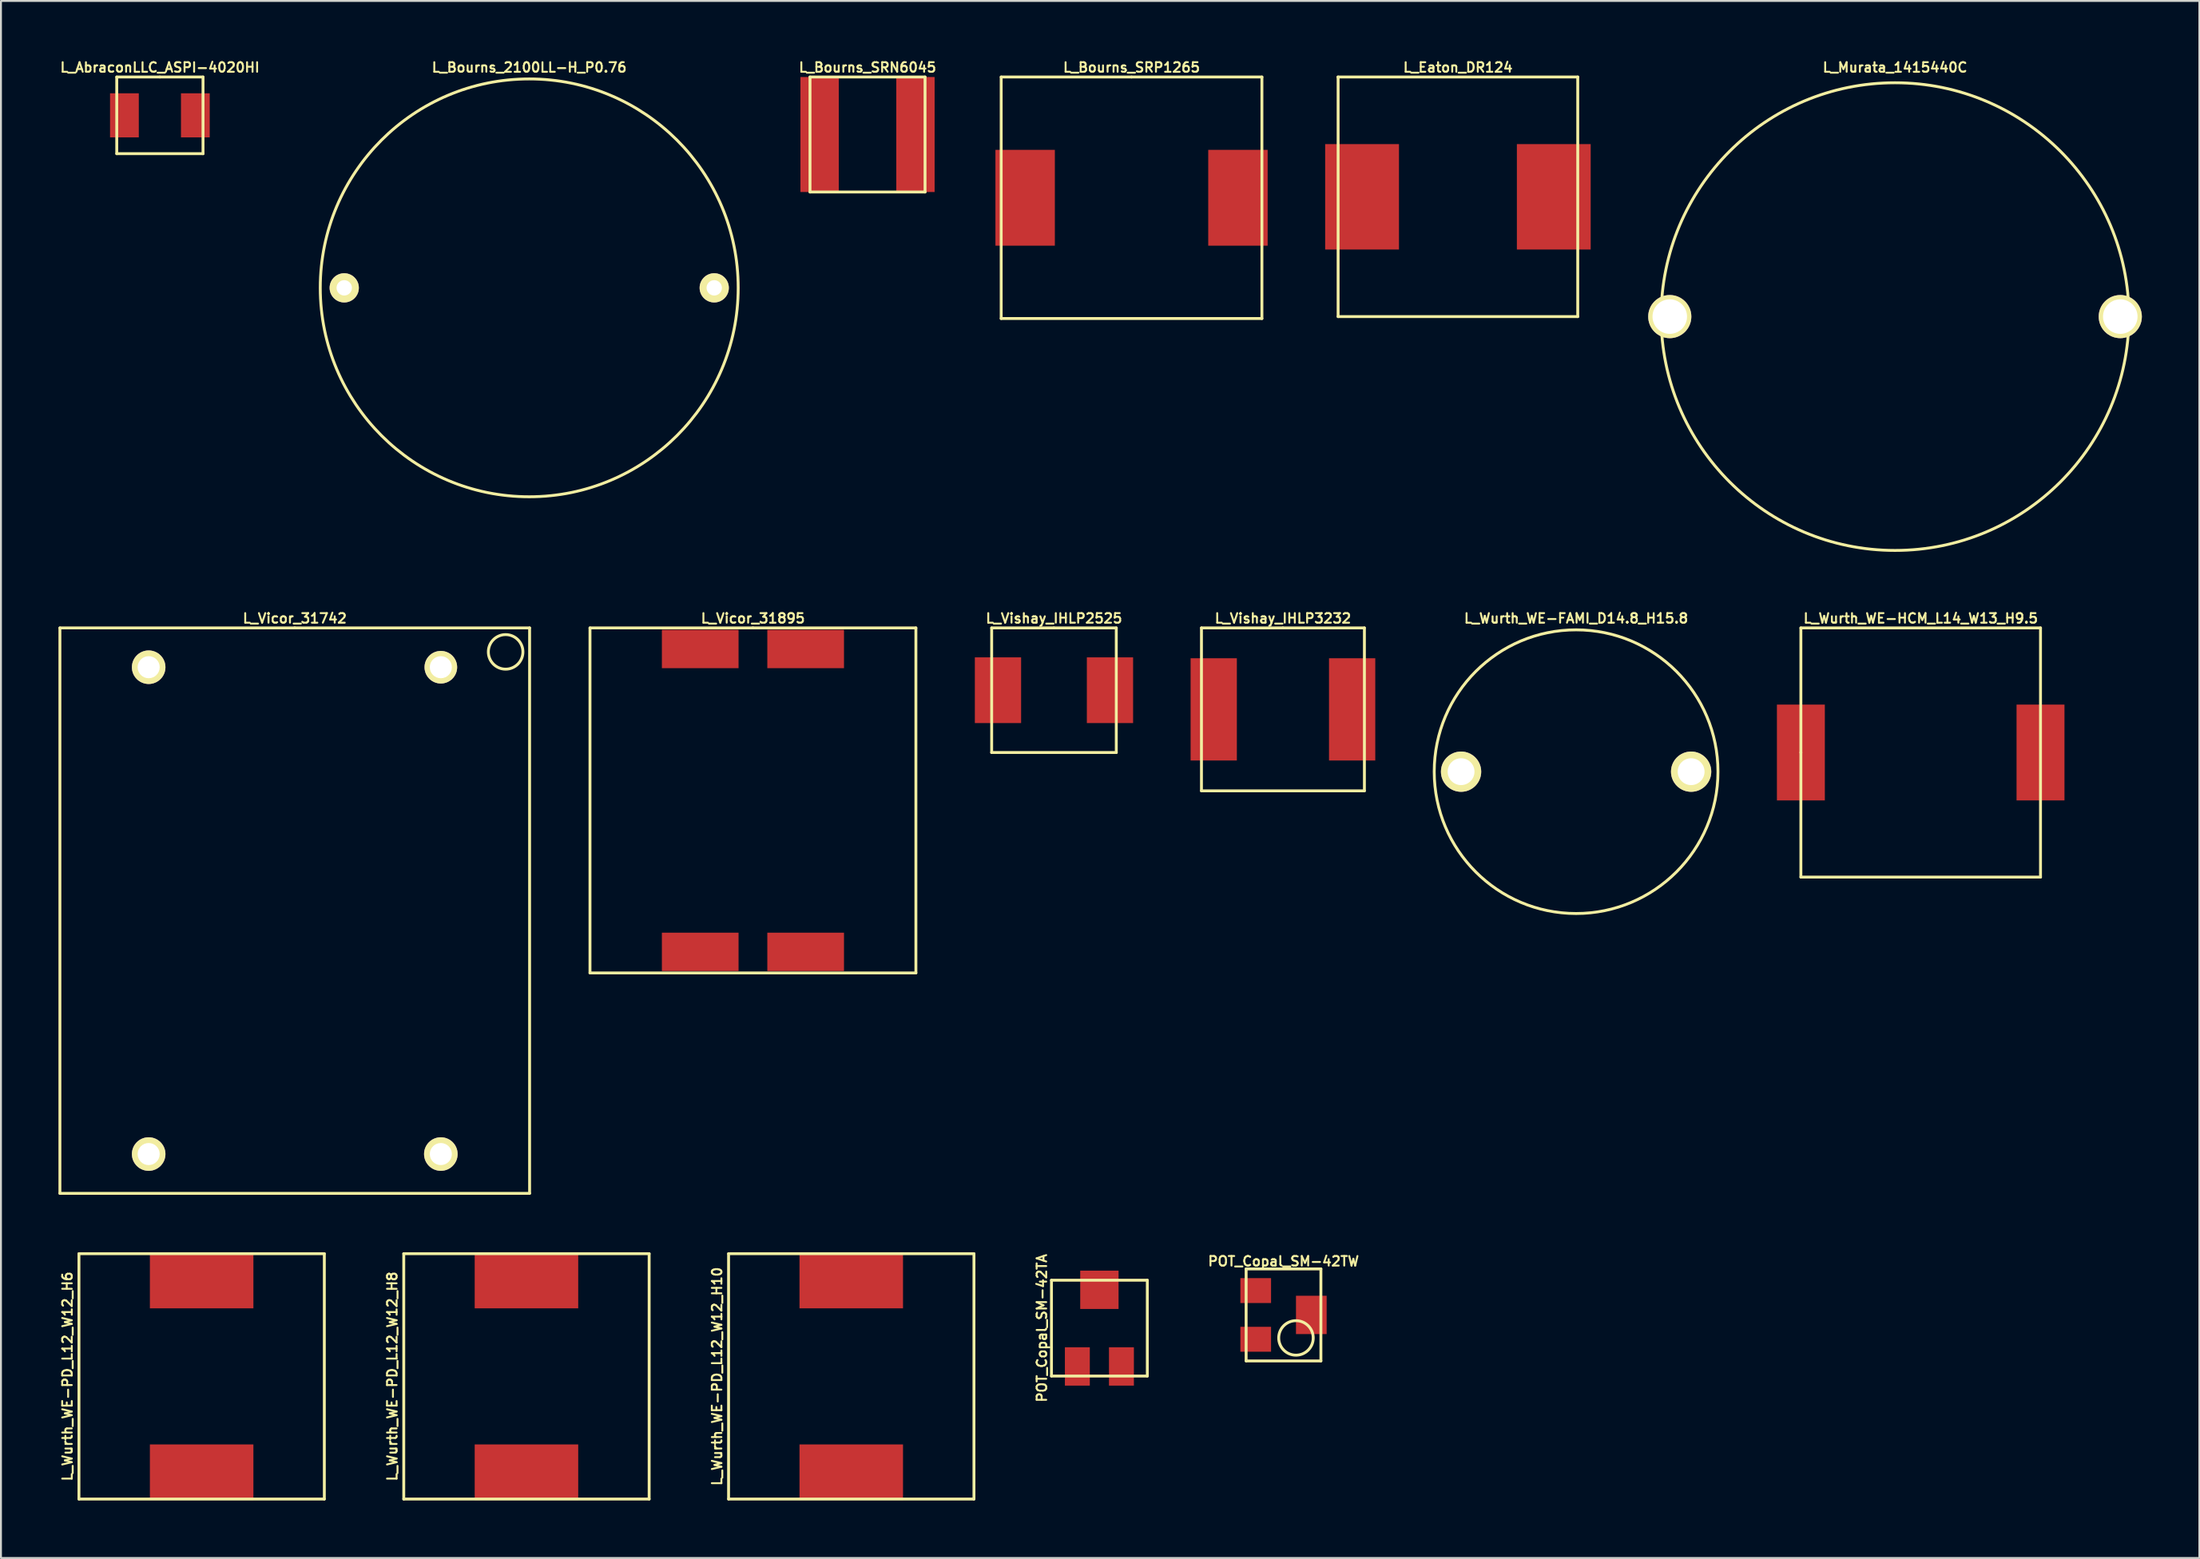
<source format=kicad_pcb>
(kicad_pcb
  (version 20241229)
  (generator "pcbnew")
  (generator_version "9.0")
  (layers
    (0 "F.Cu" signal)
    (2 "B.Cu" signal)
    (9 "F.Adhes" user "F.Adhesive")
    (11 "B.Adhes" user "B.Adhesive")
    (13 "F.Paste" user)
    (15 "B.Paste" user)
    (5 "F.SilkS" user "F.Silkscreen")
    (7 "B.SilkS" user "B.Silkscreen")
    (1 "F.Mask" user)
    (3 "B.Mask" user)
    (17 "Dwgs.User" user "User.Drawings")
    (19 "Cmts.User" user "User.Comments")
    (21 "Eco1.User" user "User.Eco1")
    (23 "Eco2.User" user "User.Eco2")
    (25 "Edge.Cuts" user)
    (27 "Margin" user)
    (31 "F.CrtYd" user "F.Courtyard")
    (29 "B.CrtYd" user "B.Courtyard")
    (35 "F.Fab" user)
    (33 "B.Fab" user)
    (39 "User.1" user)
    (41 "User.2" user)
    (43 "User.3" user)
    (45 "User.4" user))
  (footprint "L_Murata_1415440C"
    (layer "F.Cu")
    (at 95.799 13.468)
    (property "Reference" "L_Murata_1415440C" (at 0 -13 0) (layer "F.SilkS") (effects (font (size 0.5 0.5) (thickness 0.1))))
    (attr through_hole)
    (fp_circle (center 0 0) (end 0 12.2) (stroke (width 0.15) (type solid)) (fill no) (layer "F.SilkS"))
    (pad "1" thru_hole circle (at -11.75 0) (size 2.25 2.25) (drill 1.8) (layers "*.Cu" "*.Mask" "F.SilkS"))
    (pad "2" thru_hole circle (at 11.75 0) (size 2.25 2.25) (drill 1.8) (layers "*.Cu" "*.Mask" "F.SilkS")))
  (footprint "L_Wurth_WE-PD_L12_W12_H8"
    (layer "F.Cu")
    (at 24.411 68.761)
    (property "Reference" "L_Wurth_WE-PD_L12_W12_H8" (at -7 0 90) (layer "F.SilkS") (effects (font (size 0.5 0.5) (thickness 0.1))))
    (attr through_hole)
    (fp_line (start -6.4 -6.4) (end 6.4 -6.4) (stroke (width 0.15) (type solid)) (layer "F.SilkS"))
    (fp_line (start -6.4 6.4) (end -6.4 -6.4) (stroke (width 0.15) (type solid)) (layer "F.SilkS"))
    (fp_line (start 6.4 -6.4) (end 6.4 6.4) (stroke (width 0.15) (type solid)) (layer "F.SilkS"))
    (fp_line (start 6.4 6.4) (end -6.4 6.4) (stroke (width 0.15) (type solid)) (layer "F.SilkS"))
    (pad "1" smd rect (at 0 5) (size 5.4 2.9) (layers "F.Cu" "F.Mask" "F.Paste"))
    (pad "2" smd rect (at 0 -5) (size 5.4 2.9) (layers "F.Cu" "F.Mask" "F.Paste")))
  (footprint "L_Vishay_IHLP2525"
    (layer "F.Cu")
    (at 51.928 32.961)
    (property "Reference" "L_Vishay_IHLP2525" (at 0 -3.75 0) (layer "F.SilkS") (effects (font (size 0.5 0.5) (thickness 0.1))))
    (attr through_hole)
    (fp_line (start -3.25 -3.25) (end 0 -3.25) (stroke (width 0.15) (type solid)) (layer "F.SilkS"))
    (fp_line (start -3.25 3.25) (end -3.25 -3.25) (stroke (width 0.15) (type solid)) (layer "F.SilkS"))
    (fp_line (start 0 -3.25) (end 3.25 -3.25) (stroke (width 0.15) (type solid)) (layer "F.SilkS"))
    (fp_line (start 3.25 -3.25) (end 3.25 3.25) (stroke (width 0.15) (type solid)) (layer "F.SilkS"))
    (fp_line (start 3.25 3.25) (end -3.25 3.25) (stroke (width 0.15) (type solid)) (layer "F.SilkS"))
    (pad "1" smd rect (at -2.921 0) (size 2.413 3.429) (layers "F.Cu" "F.Mask" "F.Paste"))
    (pad "2" smd rect (at 2.921 0) (size 2.413 3.429) (layers "F.Cu" "F.Mask" "F.Paste")))
  (footprint "L_Vicor_31895"
    (layer "F.Cu")
    (at 36.225 38.711)
    (property "Reference" "L_Vicor_31895" (at 0 -9.5 0) (layer "F.SilkS") (effects (font (size 0.5 0.5) (thickness 0.1))))
    (attr through_hole)
    (fp_line (start -8.5 -9) (end 0 -9) (stroke (width 0.15) (type solid)) (layer "F.SilkS"))
    (fp_line (start -8.5 9) (end -8.5 -9) (stroke (width 0.15) (type solid)) (layer "F.SilkS"))
    (fp_line (start 0 -9) (end 8.5 -9) (stroke (width 0.15) (type solid)) (layer "F.SilkS"))
    (fp_line (start 8.5 -9) (end 8.5 9) (stroke (width 0.15) (type solid)) (layer "F.SilkS"))
    (fp_line (start 8.5 9) (end -8.5 9) (stroke (width 0.15) (type solid)) (layer "F.SilkS"))
    (pad "1" smd rect (at -2.75 -7.9) (size 4 2) (layers "F.Cu" "F.Mask" "F.Paste"))
    (pad "2" smd rect (at -2.75 7.9) (size 4 2) (layers "F.Cu" "F.Mask" "F.Paste"))
    (pad "3" smd rect (at 2.75 -7.9) (size 4 2) (layers "F.Cu" "F.Mask" "F.Paste"))
    (pad "4" smd rect (at 2.75 7.9) (size 4 2) (layers "F.Cu" "F.Mask" "F.Paste")))
  (footprint "L_Vishay_IHLP3232"
    (layer "F.Cu")
    (at 63.871 33.961)
    (property "Reference" "L_Vishay_IHLP3232" (at 0 -4.75 0) (layer "F.SilkS") (effects (font (size 0.5 0.5) (thickness 0.1))))
    (attr through_hole)
    (fp_line (start -4.25 -4.25) (end 0 -4.25) (stroke (width 0.15) (type solid)) (layer "F.SilkS"))
    (fp_line (start -4.25 4.25) (end -4.25 -4.25) (stroke (width 0.15) (type solid)) (layer "F.SilkS"))
    (fp_line (start 0 -4.25) (end 4.25 -4.25) (stroke (width 0.15) (type solid)) (layer "F.SilkS"))
    (fp_line (start 4.25 -4.25) (end 4.25 4.25) (stroke (width 0.15) (type solid)) (layer "F.SilkS"))
    (fp_line (start 4.25 4.25) (end -4.25 4.25) (stroke (width 0.15) (type solid)) (layer "F.SilkS"))
    (pad "1" smd rect (at -3.61 0) (size 2.413 5.334) (layers "F.Cu" "F.Mask" "F.Paste"))
    (pad "2" smd rect (at 3.61 0) (size 2.413 5.334) (layers "F.Cu" "F.Mask" "F.Paste")))
  (footprint "L_Eaton_DR124"
    (layer "F.Cu")
    (at 72.999 7.218)
    (property "Reference" "L_Eaton_DR124" (at 0 -6.75 180) (layer "F.SilkS") (effects (font (size 0.5 0.5) (thickness 0.1))))
    (attr through_hole)
    (fp_line (start -6.26 -6.25) (end 6.25 -6.25) (stroke (width 0.15) (type solid)) (layer "F.SilkS"))
    (fp_line (start -6.25 -6.25) (end -6.25 6.25) (stroke (width 0.15) (type solid)) (layer "F.SilkS"))
    (fp_line (start -6.25 6.25) (end 6.25 6.25) (stroke (width 0.15) (type solid)) (layer "F.SilkS"))
    (fp_line (start 6.25 -6.25) (end 6.25 6.25) (stroke (width 0.15) (type solid)) (layer "F.SilkS"))
    (pad "1" smd rect (at -5 0) (size 3.85 5.5) (layers "F.Cu" "F.Mask" "F.Paste"))
    (pad "2" smd rect (at 5 0) (size 3.85 5.5) (layers "F.Cu" "F.Mask" "F.Paste")))
  (footprint "L_Bourns_SRP1265"
    (layer "F.Cu")
    (at 55.974 7.268)
    (property "Reference" "L_Bourns_SRP1265" (at 0 -6.8 0) (layer "F.SilkS") (effects (font (size 0.5 0.5) (thickness 0.1))))
    (attr through_hole)
    (fp_line (start -6.8 -6.3) (end 0 -6.3) (stroke (width 0.15) (type solid)) (layer "F.SilkS"))
    (fp_line (start -6.8 6.3) (end -6.8 -6.3) (stroke (width 0.15) (type solid)) (layer "F.SilkS"))
    (fp_line (start 0 -6.3) (end 6.8 -6.3) (stroke (width 0.15) (type solid)) (layer "F.SilkS"))
    (fp_line (start 6.8 -6.3) (end 6.8 6.3) (stroke (width 0.15) (type solid)) (layer "F.SilkS"))
    (fp_line (start 6.8 6.3) (end -6.8 6.3) (stroke (width 0.15) (type solid)) (layer "F.SilkS"))
    (pad "1" smd rect (at -5.55 0) (size 3.1 5) (layers "F.Cu" "F.Mask" "F.Paste"))
    (pad "2" smd rect (at 5.55 0) (size 3.1 5) (layers "F.Cu" "F.Mask" "F.Paste")))
  (footprint "L_Wurth_WE-PD_L12_W12_H6"
    (layer "F.Cu")
    (at 7.468 68.761)
    (property "Reference" "L_Wurth_WE-PD_L12_W12_H6" (at -7 0 90) (layer "F.SilkS") (effects (font (size 0.5 0.5) (thickness 0.1))))
    (attr through_hole)
    (fp_line (start -6.4 -6.4) (end 6.4 -6.4) (stroke (width 0.15) (type solid)) (layer "F.SilkS"))
    (fp_line (start -6.4 6.4) (end -6.4 -6.4) (stroke (width 0.15) (type solid)) (layer "F.SilkS"))
    (fp_line (start 6.4 -6.4) (end 6.4 6.4) (stroke (width 0.15) (type solid)) (layer "F.SilkS"))
    (fp_line (start 6.4 6.4) (end -6.4 6.4) (stroke (width 0.15) (type solid)) (layer "F.SilkS"))
    (pad "1" smd rect (at 0 5) (size 5.4 2.9) (layers "F.Cu" "F.Mask" "F.Paste"))
    (pad "2" smd rect (at 0 -5) (size 5.4 2.9) (layers "F.Cu" "F.Mask" "F.Paste")))
  (footprint "L_Wurth_WE-HCM_L14_W13_H9.5"
    (layer "F.Cu")
    (at 97.138 36.211)
    (property "Reference" "L_Wurth_WE-HCM_L14_W13_H9.5" (at 0 -7 0) (layer "F.SilkS") (effects (font (size 0.5 0.5) (thickness 0.1))))
    (attr through_hole)
    (fp_line (start -6.25 -6.5) (end 6.25 -6.5) (stroke (width 0.15) (type solid)) (layer "F.SilkS"))
    (fp_line (start -6.25 0) (end -6.25 -6.5) (stroke (width 0.15) (type solid)) (layer "F.SilkS"))
    (fp_line (start -6.25 6.5) (end -6.25 0) (stroke (width 0.15) (type solid)) (layer "F.SilkS"))
    (fp_line (start 6.25 -6.5) (end 6.25 6.5) (stroke (width 0.15) (type solid)) (layer "F.SilkS"))
    (fp_line (start 6.25 6.5) (end -6.25 6.5) (stroke (width 0.15) (type solid)) (layer "F.SilkS"))
    (pad "1" smd rect (at -6.25 0) (size 2.5 5) (layers "F.Cu" "F.Mask" "F.Paste"))
    (pad "2" smd rect (at 6.25 0) (size 2.5 5) (layers "F.Cu" "F.Mask" "F.Paste")))
  (footprint "L_Wurth_WE-FAMI_D14.8_H15.8"
    (layer "F.Cu")
    (at 79.163 37.211)
    (property "Reference" "L_Wurth_WE-FAMI_D14.8_H15.8" (at 0 -8 0) (layer "F.SilkS") (effects (font (size 0.5 0.5) (thickness 0.1))))
    (attr through_hole)
    (fp_circle (center 0 0) (end 7.4 0) (stroke (width 0.15) (type solid)) (fill no) (layer "F.SilkS"))
    (pad "1" thru_hole circle (at -6 0) (size 2.1 2.1) (drill 1.4) (layers "*.Cu" "*.Mask" "F.SilkS"))
    (pad "2" thru_hole circle (at 6 0) (size 2.1 2.1) (drill 1.4) (layers "*.Cu" "*.Mask" "F.SilkS")))
  (footprint "L_Bourns_2100LL-H_P0.76"
    (layer "F.Cu")
    (at 24.556 11.968)
    (property "Reference" "L_Bourns_2100LL-H_P0.76" (at 0 -11.5 0) (layer "F.SilkS") (effects (font (size 0.5 0.5) (thickness 0.1))))
    (attr through_hole)
    (fp_circle (center 0 0) (end 10.9 0) (stroke (width 0.15) (type solid)) (fill no) (layer "F.SilkS"))
    (pad "1" thru_hole circle (at -9.65 0) (size 1.524 1.524) (drill 0.8) (layers "*.Cu" "*.Mask" "F.SilkS"))
    (pad "2" thru_hole circle (at 9.65 0) (size 1.524 1.524) (drill 0.8) (layers "*.Cu" "*.Mask" "F.SilkS")))
  (footprint "L_AbraconLLC_ASPI-4020HI"
    (layer "F.Cu")
    (at 5.29 2.968)
    (property "Reference" "L_AbraconLLC_ASPI-4020HI" (at 0 -2.5 0) (layer "F.SilkS") (effects (font (size 0.5 0.5) (thickness 0.1))))
    (attr through_hole)
    (fp_line (start -2.25 -2) (end 0 -2) (stroke (width 0.15) (type solid)) (layer "F.SilkS"))
    (fp_line (start -2.25 2) (end -2.25 -2) (stroke (width 0.15) (type solid)) (layer "F.SilkS"))
    (fp_line (start 0 -2) (end 2.25 -2) (stroke (width 0.15) (type solid)) (layer "F.SilkS"))
    (fp_line (start 2.25 -2) (end 2.25 2) (stroke (width 0.15) (type solid)) (layer "F.SilkS"))
    (fp_line (start 2.25 2) (end -2.25 2) (stroke (width 0.15) (type solid)) (layer "F.SilkS"))
    (pad "1" smd rect (at -1.85 0) (size 1.5 2.3) (layers "F.Cu" "F.Mask" "F.Paste"))
    (pad "2" smd rect (at 1.85 0) (size 1.5 2.3) (layers "F.Cu" "F.Mask" "F.Paste")))
  (footprint "L_Vicor_31742"
    (layer "F.Cu")
    (at 12.325 44.461)
    (property "Reference" "L_Vicor_31742" (at 0 -15.25 0) (layer "F.SilkS") (effects (font (size 0.5 0.5) (thickness 0.1))))
    (attr through_hole)
    (fp_line (start -12.25 -14.75) (end 0 -14.75) (stroke (width 0.15) (type solid)) (layer "F.SilkS"))
    (fp_line (start -12.25 14.75) (end -12.25 -14.75) (stroke (width 0.15) (type solid)) (layer "F.SilkS"))
    (fp_line (start 0 -14.75) (end 12.25 -14.75) (stroke (width 0.15) (type solid)) (layer "F.SilkS"))
    (fp_line (start 12.25 -14.75) (end 12.25 14.75) (stroke (width 0.15) (type solid)) (layer "F.SilkS"))
    (fp_line (start 12.25 14.75) (end -12.25 14.75) (stroke (width 0.15) (type solid)) (layer "F.SilkS"))
    (fp_circle (center 11 -13.5) (end 11.75 -14) (stroke (width 0.15) (type solid)) (fill no) (layer "F.SilkS"))
    (pad "1" thru_hole circle (at 7.62 -12.7) (size 1.7 1.7) (drill 1.15) (layers "*.Cu" "*.Mask" "F.SilkS"))
    (pad "2" thru_hole circle (at 7.62 12.7) (size 1.75 1.75) (drill 1.15) (layers "*.Cu" "*.Mask" "F.SilkS"))
    (pad "3" thru_hole circle (at -7.62 -12.7) (size 1.75 1.75) (drill 1.15) (layers "*.Cu" "*.Mask" "F.SilkS"))
    (pad "4" thru_hole circle (at -7.62 12.7) (size 1.75 1.75) (drill 1.15) (layers "*.Cu" "*.Mask" "F.SilkS")))
  (footprint "POT_Copal_SM-42TW"
    (layer "F.Cu")
    (at 63.901 65.554)
    (property "Reference" "POT_Copal_SM-42TW" (at 0 -2.8 0) (layer "F.SilkS") (effects (font (size 0.5 0.5) (thickness 0.1))))
    (attr through_hole)
    (fp_line (start -1.95 -2.4) (end -1.95 2.4) (stroke (width 0.15) (type solid)) (layer "F.SilkS"))
    (fp_line (start -1.95 -2.4) (end 1.95 -2.4) (stroke (width 0.15) (type solid)) (layer "F.SilkS"))
    (fp_line (start -1.95 2.4) (end 1.95 2.4) (stroke (width 0.15) (type solid)) (layer "F.SilkS"))
    (fp_line (start 1.95 -2.4) (end 1.95 2.4) (stroke (width 0.15) (type solid)) (layer "F.SilkS"))
    (fp_circle (center 0.65 1.2) (end 0.65 0.3) (stroke (width 0.15) (type solid)) (fill no) (layer "F.SilkS"))
    (pad "1" smd rect (at -1.45 -1.27 270) (size 1.3 1.6) (layers "F.Cu" "F.Mask" "F.Paste"))
    (pad "2" smd rect (at 1.45 0 270) (size 2 1.6) (layers "F.Cu" "F.Mask" "F.Paste"))
    (pad "3" smd rect (at -1.45 1.27 270) (size 1.3 1.6) (layers "F.Cu" "F.Mask" "F.Paste")))
  (footprint "L_Wurth_WE-PD_L12_W12_H10"
    (layer "F.Cu")
    (at 41.354 68.761)
    (property "Reference" "L_Wurth_WE-PD_L12_W12_H10" (at -7 0 90) (layer "F.SilkS") (effects (font (size 0.5 0.5) (thickness 0.1))))
    (attr through_hole)
    (fp_line (start -6.4 -6.4) (end 6.4 -6.4) (stroke (width 0.15) (type solid)) (layer "F.SilkS"))
    (fp_line (start -6.4 6.4) (end -6.4 -6.4) (stroke (width 0.15) (type solid)) (layer "F.SilkS"))
    (fp_line (start 6.4 -6.4) (end 6.4 6.4) (stroke (width 0.15) (type solid)) (layer "F.SilkS"))
    (fp_line (start 6.4 6.4) (end -6.4 6.4) (stroke (width 0.15) (type solid)) (layer "F.SilkS"))
    (pad "1" smd rect (at 0 5) (size 5.4 2.9) (layers "F.Cu" "F.Mask" "F.Paste"))
    (pad "2" smd rect (at 0 -5) (size 5.4 2.9) (layers "F.Cu" "F.Mask" "F.Paste")))
  (footprint "L_Bourns_SRN6045"
    (layer "F.Cu")
    (at 42.202 3.968)
    (property "Reference" "L_Bourns_SRN6045" (at 0 -3.5 0) (layer "F.SilkS") (effects (font (size 0.5 0.5) (thickness 0.1))))
    (attr through_hole)
    (fp_line (start -3 -3) (end 3 -3) (stroke (width 0.15) (type solid)) (layer "F.SilkS"))
    (fp_line (start -3 3) (end -3 -3) (stroke (width 0.15) (type solid)) (layer "F.SilkS"))
    (fp_line (start 3 -3) (end 3 3) (stroke (width 0.15) (type solid)) (layer "F.SilkS"))
    (fp_line (start 3 3) (end -3 3) (stroke (width 0.15) (type solid)) (layer "F.SilkS"))
    (pad "1" smd rect (at -2.5 0) (size 2 6) (layers "F.Cu" "F.Mask" "F.Paste"))
    (pad "2" smd rect (at 2.5 0) (size 2 6) (layers "F.Cu" "F.Mask" "F.Paste")))
  (footprint "POT_Copal_SM-42TA"
    (layer "F.Cu")
    (at 54.297 66.243)
    (property "Reference" "POT_Copal_SM-42TA" (at -3 0 90) (layer "F.SilkS") (effects (font (size 0.5 0.5) (thickness 0.1))))
    (attr through_hole)
    (fp_line (start -2.5 -2.5) (end 2.5 -2.5) (stroke (width 0.15) (type solid)) (layer "F.SilkS"))
    (fp_line (start -2.5 2.5) (end -2.5 -2.5) (stroke (width 0.15) (type solid)) (layer "F.SilkS"))
    (fp_line (start 2.5 -2.5) (end 2.5 2.5) (stroke (width 0.15) (type solid)) (layer "F.SilkS"))
    (fp_line (start 2.5 2.5) (end -2.5 2.5) (stroke (width 0.15) (type solid)) (layer "F.SilkS"))
    (pad "1" smd rect (at -1.15 2) (size 1.3 2) (layers "F.Cu" "F.Mask" "F.Paste"))
    (pad "2" smd rect (at 0 -2) (size 2 2) (layers "F.Cu" "F.Mask" "F.Paste"))
    (pad "3" smd rect (at 1.15 2) (size 1.3 2) (layers "F.Cu" "F.Mask" "F.Paste")))
  (gr_rect
    (start -3 -3)
    (end 111.674 78.236)
    (stroke (width 0.1) (type default))
    (fill no)
    (layer "Edge.Cuts")))
</source>
